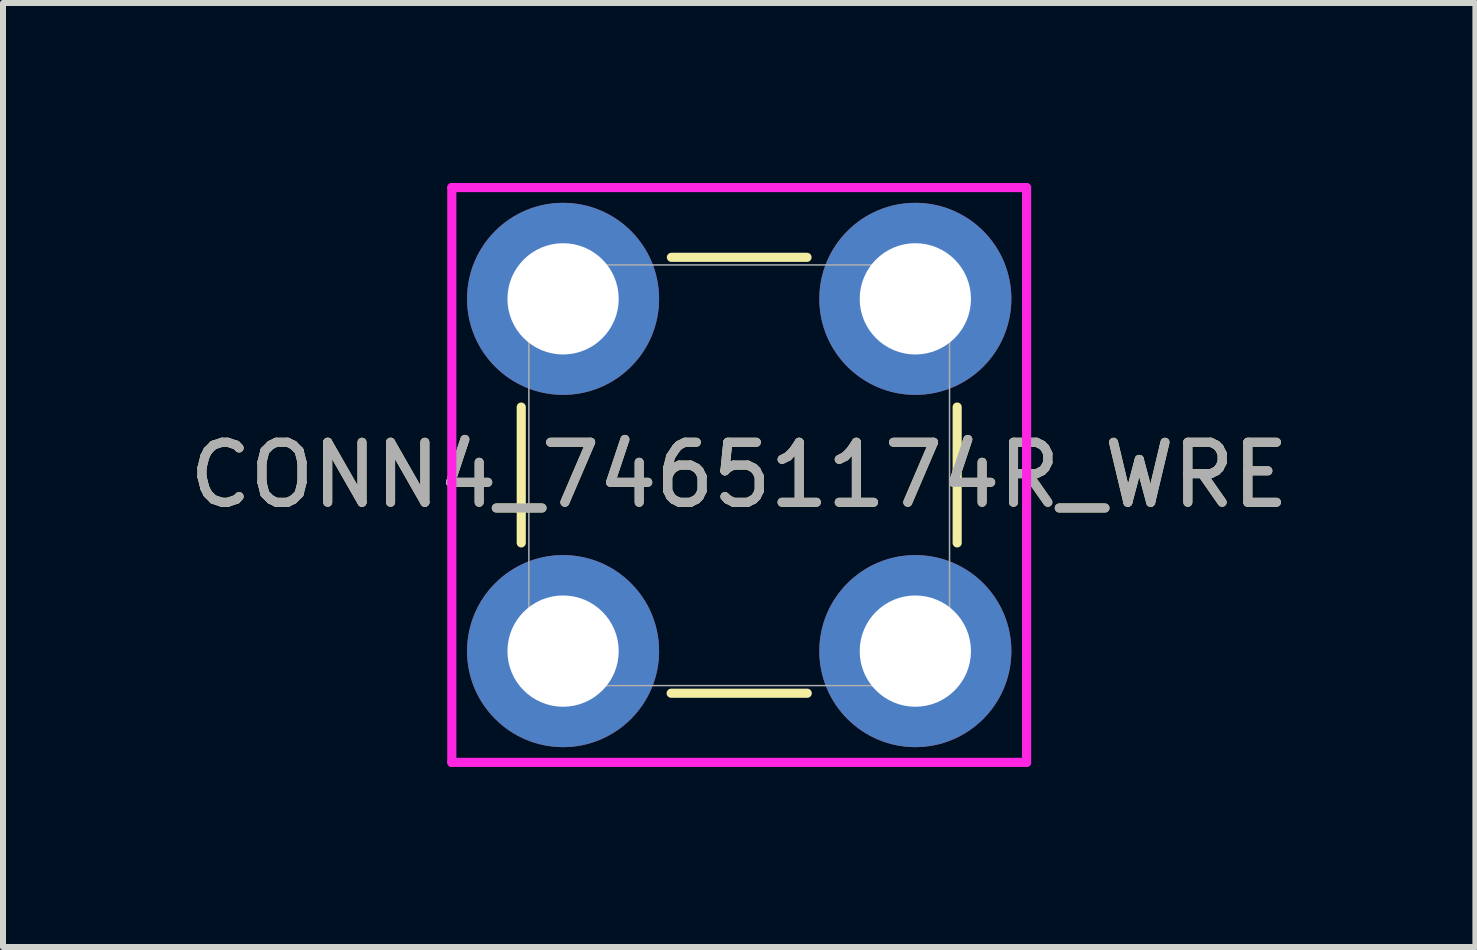
<source format=kicad_pcb>
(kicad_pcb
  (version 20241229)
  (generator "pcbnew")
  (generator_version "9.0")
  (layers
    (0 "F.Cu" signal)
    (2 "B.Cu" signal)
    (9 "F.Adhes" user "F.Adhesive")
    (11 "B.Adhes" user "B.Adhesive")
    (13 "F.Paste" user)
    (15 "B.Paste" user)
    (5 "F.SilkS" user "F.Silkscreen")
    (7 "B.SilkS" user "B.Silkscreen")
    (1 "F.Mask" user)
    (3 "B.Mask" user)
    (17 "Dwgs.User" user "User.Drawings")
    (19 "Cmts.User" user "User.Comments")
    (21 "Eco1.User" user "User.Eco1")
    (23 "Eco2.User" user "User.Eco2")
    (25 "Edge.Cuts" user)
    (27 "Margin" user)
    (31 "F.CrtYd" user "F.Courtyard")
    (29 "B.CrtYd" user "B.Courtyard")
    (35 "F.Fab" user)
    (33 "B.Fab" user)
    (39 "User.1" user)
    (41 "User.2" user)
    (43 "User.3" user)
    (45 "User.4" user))
  (footprint "CONN4_74651174R_WRE"
    (layer "F.Cu")
    (at 6.333 1.93)
    (property "Reference" "CONN4_74651174R_WRE" (at 2.935 2.935 0) (unlocked yes) (layer "F.SilkS") (effects (font (size 1 1) (thickness 0.15))))
    (attr through_hole)
    (fp_line (start -0.697 1.803) (end -0.697 4.067) (stroke (width 0.152) (type solid)) (layer "F.SilkS"))
    (fp_line (start 1.801 6.572) (end 4.069 6.572) (stroke (width 0.152) (type solid)) (layer "F.SilkS"))
    (fp_line (start 4.065 -0.692) (end 1.805 -0.692) (stroke (width 0.152) (type solid)) (layer "F.SilkS"))
    (fp_line (start 6.567 4.067) (end 6.567 1.803) (stroke (width 0.152) (type solid)) (layer "F.SilkS"))
    (fp_line (start -1.854 -1.854) (end -1.854 7.724) (stroke (width 0.152) (type solid)) (layer "F.CrtYd"))
    (fp_line (start -1.854 7.724) (end 7.724 7.724) (stroke (width 0.152) (type solid)) (layer "F.CrtYd"))
    (fp_line (start 7.724 -1.854) (end -1.854 -1.854) (stroke (width 0.152) (type solid)) (layer "F.CrtYd"))
    (fp_line (start 7.724 7.724) (end 7.724 -1.854) (stroke (width 0.152) (type solid)) (layer "F.CrtYd"))
    (fp_line (start -0.57 -0.565) (end -0.57 6.445) (stroke (width 0.025) (type solid)) (layer "F.Fab"))
    (fp_line (start -0.57 6.445) (end 6.44 6.445) (stroke (width 0.025) (type solid)) (layer "F.Fab"))
    (fp_line (start 6.44 -0.565) (end -0.57 -0.565) (stroke (width 0.025) (type solid)) (layer "F.Fab"))
    (fp_line (start 6.44 6.445) (end 6.44 -0.565) (stroke (width 0.025) (type solid)) (layer "F.Fab"))
    (fp_text user "${REFERENCE}" (at 2.935 2.935 0) (unlocked yes) (layer "F.Fab") (effects (font (size 1 1) (thickness 0.15))))
    (pad "1" thru_hole circle (at 0 0) (size 3.2 3.2) (drill 1.854) (layers "*.Cu" "*.Mask"))
    (pad "2" thru_hole circle (at 0 5.87) (size 3.2 3.2) (drill 1.854) (layers "*.Cu" "*.Mask"))
    (pad "3" thru_hole circle (at 5.87 0) (size 3.2 3.2) (drill 1.854) (layers "*.Cu" "*.Mask"))
    (pad "4" thru_hole circle (at 5.87 5.87) (size 3.2 3.2) (drill 1.854) (layers "*.Cu" "*.Mask")))
  (gr_rect
    (start -3 -3)
    (end 21.536 12.731)
    (stroke (width 0.1) (type default))
    (fill no)
    (layer "Edge.Cuts")))
</source>
